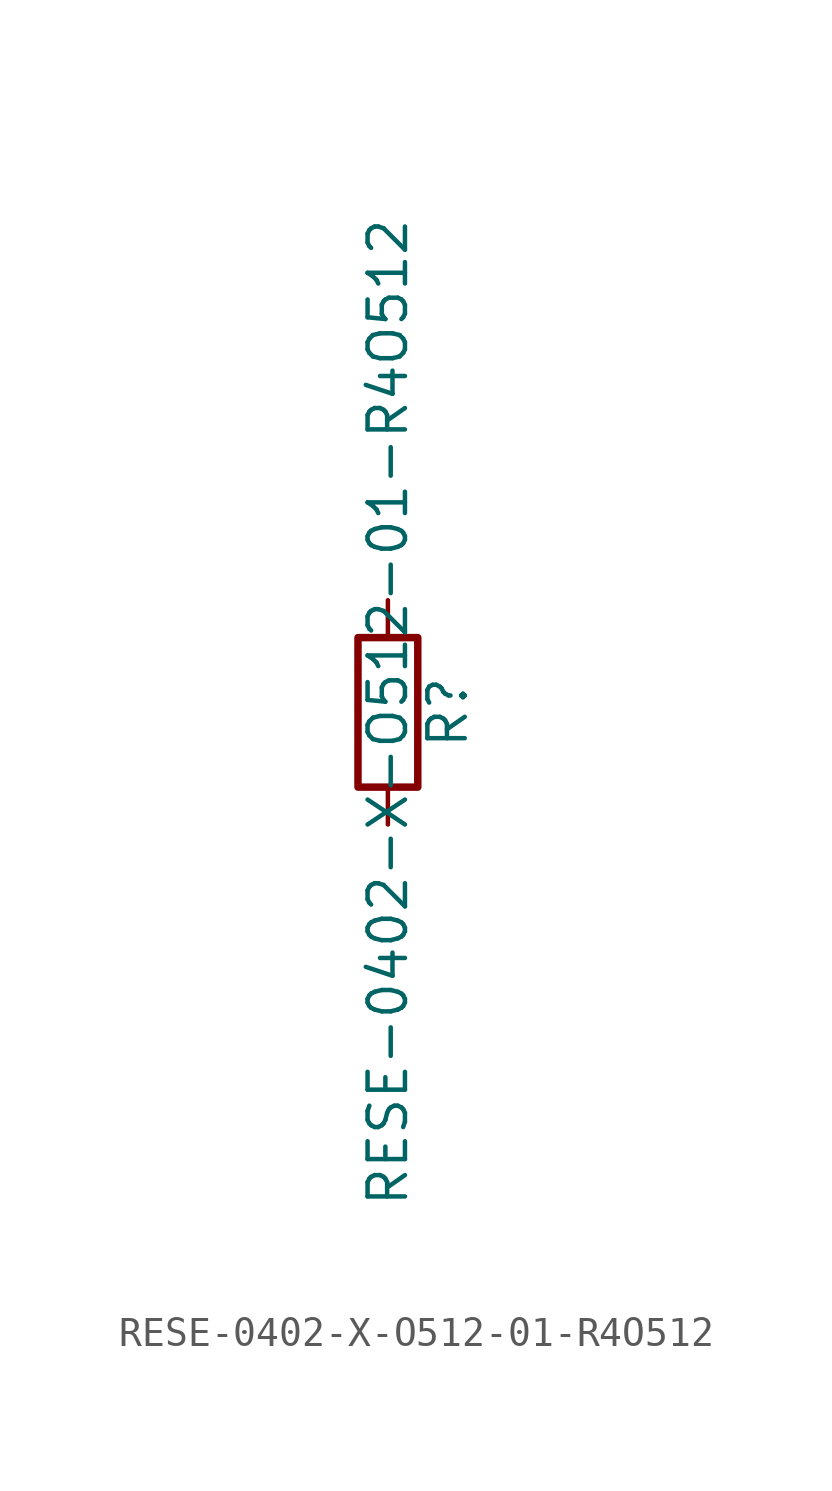
<source format=kicad_sym>
(kicad_symbol_lib
  (version 20211014)
  (generator kicad_symbol_editor)
  (symbol "RESE-0402-X-O512-01-R4O512"
    (pin_numbers hide)
    (pin_names
      (offset 0))
    (property "Reference" "R"
      (at 2.032 0 90)
      (effects (font (size 1.27 1.27))))
    (property "Value" "RESE-0402-X-O512-01-R4O512"
      (at 0 0 90)
      (effects (font (size 1.27 1.27))))
    (symbol "RESE-0402-X-O512-01-R4O512_0_1"
      (rectangle (start -1.016 -2.54) (end 1.016 2.54) (stroke (width 0.254) (type default) (color 0 0 0 0)) (fill (type none))))
    (symbol "RESE-0402-X-O512-01-R4O512_1_1"
      (pin passive line (at 0 3.81 270) (length 1.27) (name "~" (effects (font (size 1.27 1.27)))) (number "1" (effects (font (size 1.27 1.27)))))
      (pin passive line (at 0 -3.81 90) (length 1.27) (name "~" (effects (font (size 1.27 1.27)))) (number "2" (effects (font (size 1.27 1.27))))))))
</source>
